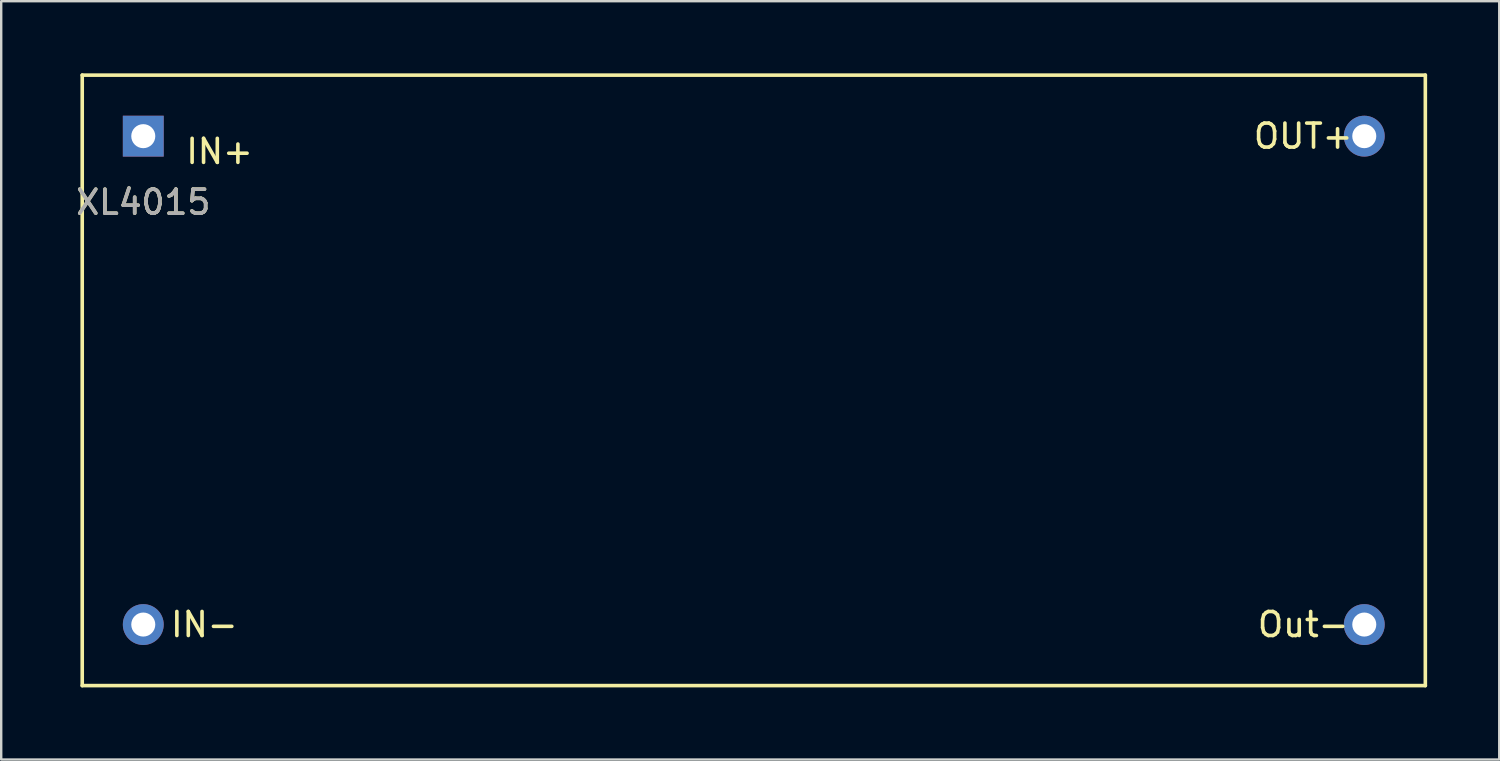
<source format=kicad_pcb>
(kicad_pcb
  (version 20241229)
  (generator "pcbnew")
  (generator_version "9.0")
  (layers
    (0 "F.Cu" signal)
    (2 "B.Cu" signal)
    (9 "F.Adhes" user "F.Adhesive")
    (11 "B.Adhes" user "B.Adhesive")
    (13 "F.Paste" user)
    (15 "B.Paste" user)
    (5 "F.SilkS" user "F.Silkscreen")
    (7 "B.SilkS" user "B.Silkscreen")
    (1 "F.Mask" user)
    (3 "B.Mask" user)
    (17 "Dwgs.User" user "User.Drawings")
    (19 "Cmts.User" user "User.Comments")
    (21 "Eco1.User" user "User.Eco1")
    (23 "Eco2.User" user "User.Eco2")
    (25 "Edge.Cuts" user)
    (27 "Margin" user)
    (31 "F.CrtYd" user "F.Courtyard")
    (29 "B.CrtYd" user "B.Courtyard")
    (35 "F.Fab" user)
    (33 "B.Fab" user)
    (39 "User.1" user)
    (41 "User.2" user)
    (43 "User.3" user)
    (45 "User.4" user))
  (footprint "XL4015"
    (layer "F.Cu")
    (at 2.911 7.695)
    (property "Reference" "XL4015" (at 0 -2.33 0) (layer "F.SilkS") (effects (font (size 1 1) (thickness 0.15))))
    (attr through_hole)
    (fp_line (start -2.54 -7.62) (end 53.34 -7.62) (stroke (width 0.15) (type solid)) (layer "F.SilkS"))
    (fp_line (start -2.54 17.78) (end -2.54 -7.62) (stroke (width 0.15) (type solid)) (layer "F.SilkS"))
    (fp_line (start 53.34 -7.62) (end 53.34 17.78) (stroke (width 0.15) (type solid)) (layer "F.SilkS"))
    (fp_line (start 53.34 17.78) (end -2.54 17.78) (stroke (width 0.15) (type solid)) (layer "F.SilkS"))
    (fp_text user "IN-" (at 2.54 15.24 0) (layer "F.SilkS") (effects (font (size 1 1) (thickness 0.15))))
    (fp_text user "OUT+" (at 48.26 -5.08 0) (layer "F.SilkS") (effects (font (size 1 1) (thickness 0.15))))
    (fp_text user "IN+" (at 3.175 -4.445 0) (layer "F.SilkS") (effects (font (size 1 1) (thickness 0.15))))
    (fp_text user "Out-" (at 48.26 15.24 0) (layer "F.SilkS") (effects (font (size 1 1) (thickness 0.15))))
    (fp_text user "${REFERENCE}" (at 0 -2.33 0) (layer "F.Fab") (effects (font (size 1 1) (thickness 0.15))))
    (pad "1" thru_hole rect (at 0 -5.08) (size 1.7 1.7) (drill 1) (layers "*.Cu" "*.Mask"))
    (pad "2" thru_hole oval (at 0 15.24) (size 1.7 1.7) (drill 1) (layers "*.Cu" "*.Mask"))
    (pad "3" thru_hole oval (at 50.8 15.24) (size 1.7 1.7) (drill 1) (layers "*.Cu" "*.Mask"))
    (pad "4" thru_hole oval (at 50.8 -5.08) (size 1.7 1.7) (drill 1) (layers "*.Cu" "*.Mask")))
  (gr_rect
    (start -3 -3)
    (end 59.326 28.55)
    (stroke (width 0.1) (type default))
    (fill no)
    (layer "Edge.Cuts")))
</source>
